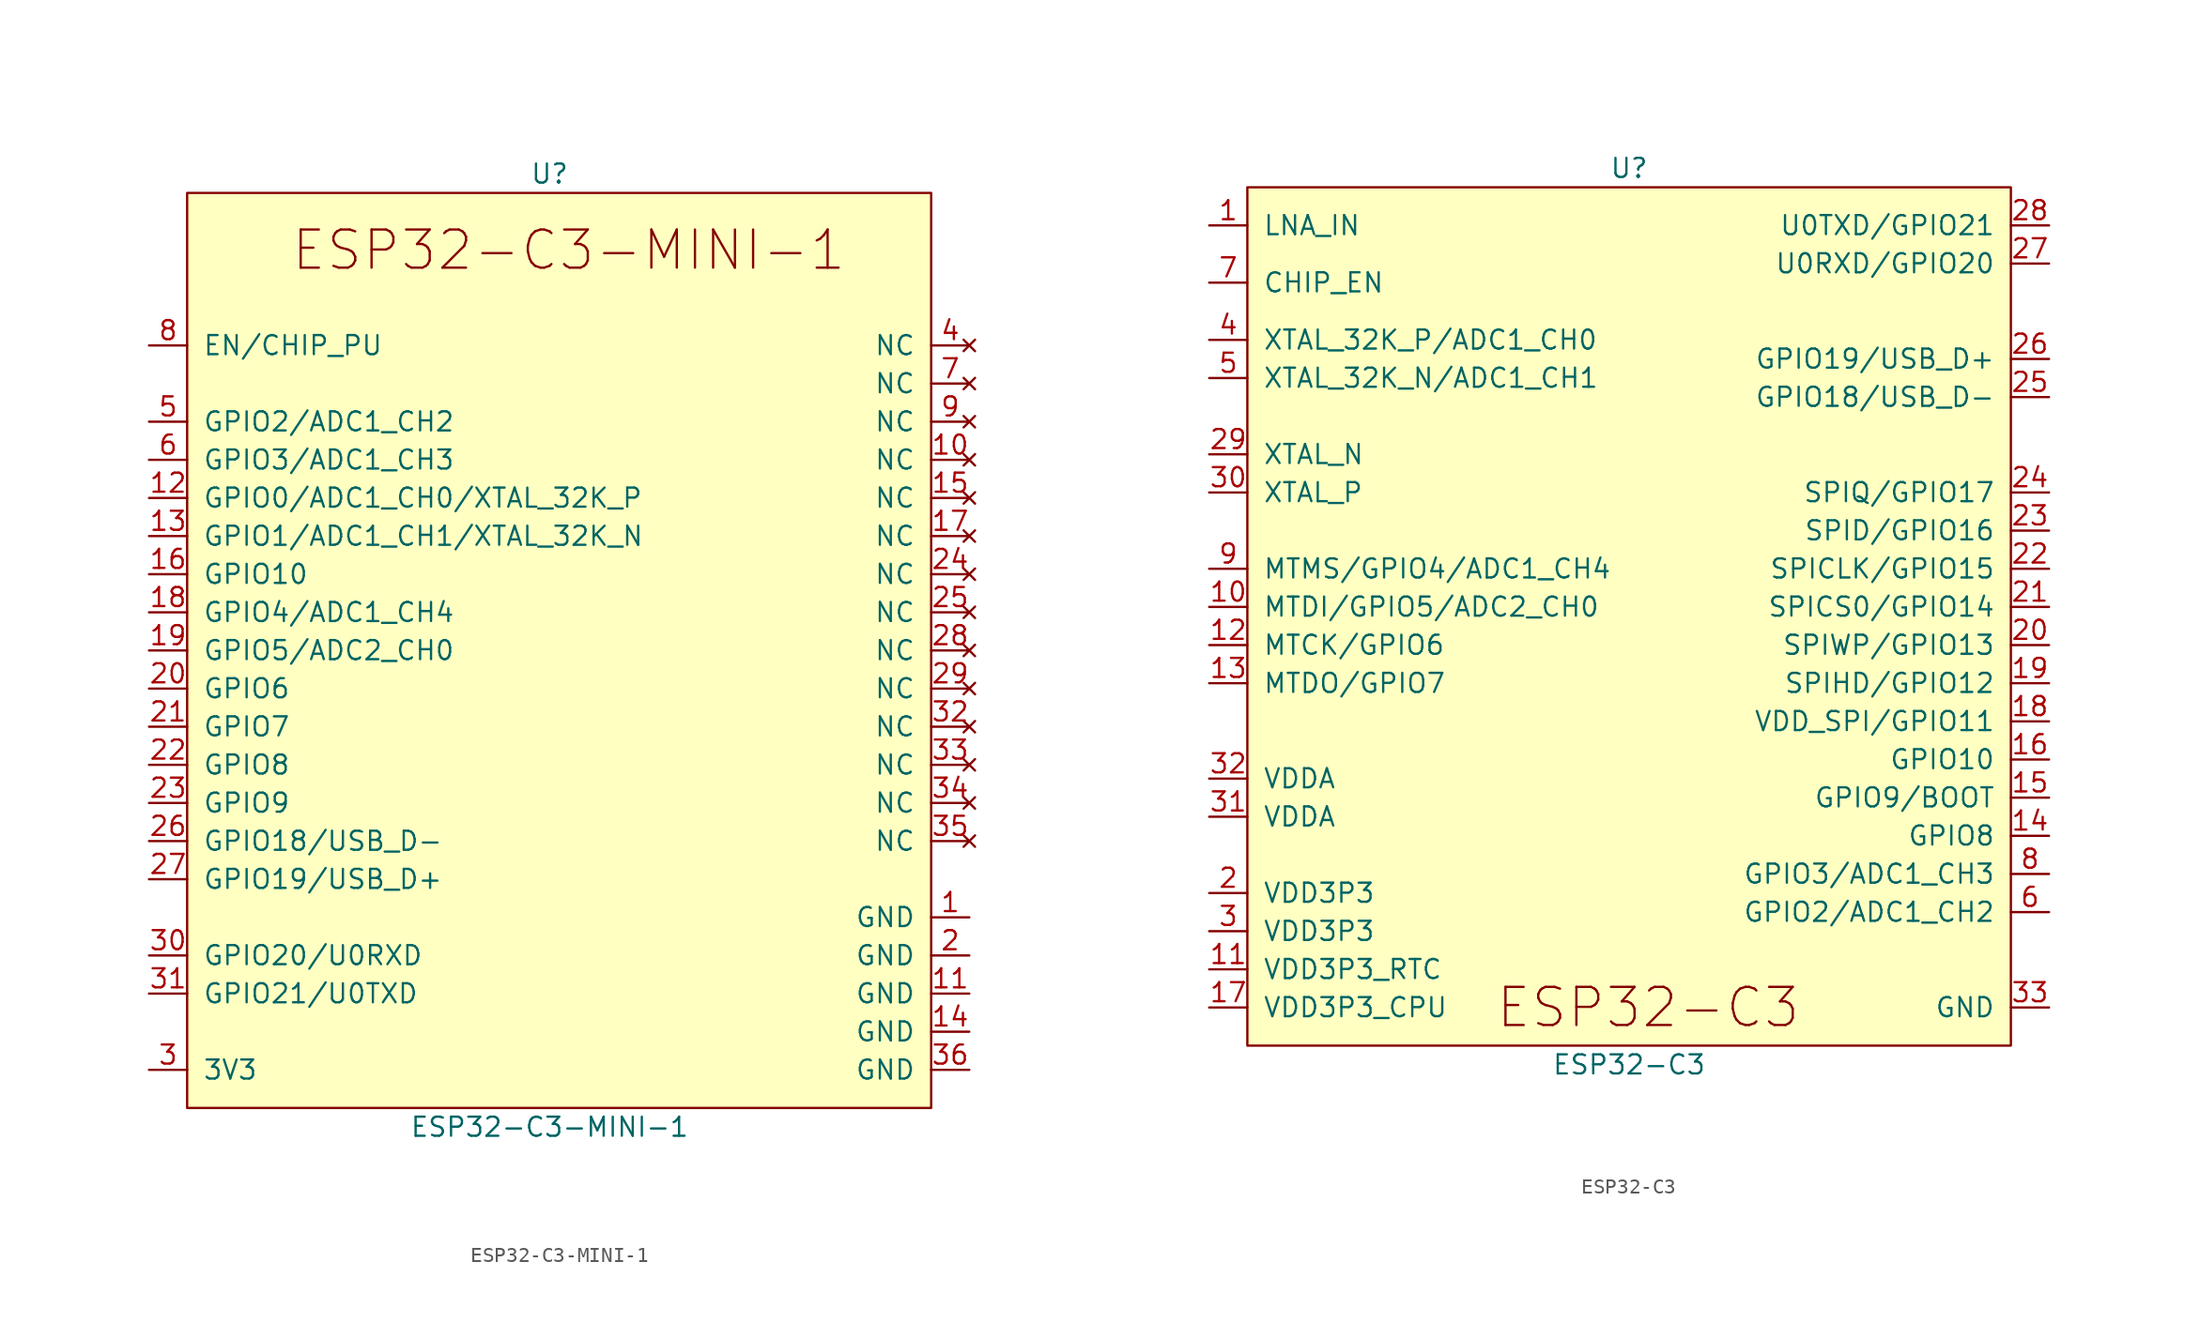
<source format=kicad_sym>
(kicad_symbol_lib
  (version 20211014)
  (generator kicad_symbol_editor)
  (symbol "ESP32-C3-MINI-1"
    (pin_names
      (offset 1.016))
    (property "Reference" "U"
      (at 0 33.02 0)
      (effects (font (size 1.27 1.27))))
    (property "Value" "ESP32-C3-MINI-1"
      (at 0 -30.48 0)
      (effects (font (size 1.27 1.27))))
    (symbol "ESP32-C3-MINI-1_0_0"
      (text "ESP32-C3-MINI-1" (at 1.27 27.94 0) (effects (font (size 2.54 2.54)))))
    (symbol "ESP32-C3-MINI-1_0_1"
      (rectangle (start -24.13 31.75) (end 25.4 -29.21) (stroke (width 0) (type default) (color 0 0 0 0)) (fill (type background))))
    (symbol "ESP32-C3-MINI-1_1_1"
      (pin power_in line (at 27.94 -16.51 180) (length 2.54) (name "GND" (effects (font (size 1.27 1.27)))) (number "1" (effects (font (size 1.27 1.27)))))
      (pin no_connect line (at 27.94 13.97 180) (length 2.54) (name "NC" (effects (font (size 1.27 1.27)))) (number "10" (effects (font (size 1.27 1.27)))))
      (pin power_in line (at 27.94 -21.59 180) (length 2.54) (name "GND" (effects (font (size 1.27 1.27)))) (number "11" (effects (font (size 1.27 1.27)))))
      (pin bidirectional line (at -26.67 11.43 0) (length 2.54) (name "GPIO0/ADC1_CH0/XTAL_32K_P" (effects (font (size 1.27 1.27)))) (number "12" (effects (font (size 1.27 1.27)))))
      (pin bidirectional line (at -26.67 8.89 0) (length 2.54) (name "GPIO1/ADC1_CH1/XTAL_32K_N" (effects (font (size 1.27 1.27)))) (number "13" (effects (font (size 1.27 1.27)))))
      (pin power_in line (at 27.94 -24.13 180) (length 2.54) (name "GND" (effects (font (size 1.27 1.27)))) (number "14" (effects (font (size 1.27 1.27)))))
      (pin no_connect line (at 27.94 11.43 180) (length 2.54) (name "NC" (effects (font (size 1.27 1.27)))) (number "15" (effects (font (size 1.27 1.27)))))
      (pin bidirectional line (at -26.67 6.35 0) (length 2.54) (name "GPIO10" (effects (font (size 1.27 1.27)))) (number "16" (effects (font (size 1.27 1.27)))))
      (pin no_connect line (at 27.94 8.89 180) (length 2.54) (name "NC" (effects (font (size 1.27 1.27)))) (number "17" (effects (font (size 1.27 1.27)))))
      (pin bidirectional line (at -26.67 3.81 0) (length 2.54) (name "GPIO4/ADC1_CH4" (effects (font (size 1.27 1.27)))) (number "18" (effects (font (size 1.27 1.27)))))
      (pin bidirectional line (at -26.67 1.27 0) (length 2.54) (name "GPIO5/ADC2_CH0" (effects (font (size 1.27 1.27)))) (number "19" (effects (font (size 1.27 1.27)))))
      (pin power_in line (at 27.94 -19.05 180) (length 2.54) (name "GND" (effects (font (size 1.27 1.27)))) (number "2" (effects (font (size 1.27 1.27)))))
      (pin bidirectional line (at -26.67 -1.27 0) (length 2.54) (name "GPIO6" (effects (font (size 1.27 1.27)))) (number "20" (effects (font (size 1.27 1.27)))))
      (pin bidirectional line (at -26.67 -3.81 0) (length 2.54) (name "GPIO7" (effects (font (size 1.27 1.27)))) (number "21" (effects (font (size 1.27 1.27)))))
      (pin bidirectional line (at -26.67 -6.35 0) (length 2.54) (name "GPIO8" (effects (font (size 1.27 1.27)))) (number "22" (effects (font (size 1.27 1.27)))))
      (pin bidirectional line (at -26.67 -8.89 0) (length 2.54) (name "GPIO9" (effects (font (size 1.27 1.27)))) (number "23" (effects (font (size 1.27 1.27)))))
      (pin no_connect line (at 27.94 6.35 180) (length 2.54) (name "NC" (effects (font (size 1.27 1.27)))) (number "24" (effects (font (size 1.27 1.27)))))
      (pin no_connect line (at 27.94 3.81 180) (length 2.54) (name "NC" (effects (font (size 1.27 1.27)))) (number "25" (effects (font (size 1.27 1.27)))))
      (pin bidirectional line (at -26.67 -11.43 0) (length 2.54) (name "GPIO18/USB_D-" (effects (font (size 1.27 1.27)))) (number "26" (effects (font (size 1.27 1.27)))))
      (pin bidirectional line (at -26.67 -13.97 0) (length 2.54) (name "GPIO19/USB_D+" (effects (font (size 1.27 1.27)))) (number "27" (effects (font (size 1.27 1.27)))))
      (pin no_connect line (at 27.94 1.27 180) (length 2.54) (name "NC" (effects (font (size 1.27 1.27)))) (number "28" (effects (font (size 1.27 1.27)))))
      (pin no_connect line (at 27.94 -1.27 180) (length 2.54) (name "NC" (effects (font (size 1.27 1.27)))) (number "29" (effects (font (size 1.27 1.27)))))
      (pin power_in line (at -26.67 -26.67 0) (length 2.54) (name "3V3" (effects (font (size 1.27 1.27)))) (number "3" (effects (font (size 1.27 1.27)))))
      (pin bidirectional line (at -26.67 -19.05 0) (length 2.54) (name "GPIO20/U0RXD" (effects (font (size 1.27 1.27)))) (number "30" (effects (font (size 1.27 1.27)))))
      (pin bidirectional line (at -26.67 -21.59 0) (length 2.54) (name "GPIO21/U0TXD" (effects (font (size 1.27 1.27)))) (number "31" (effects (font (size 1.27 1.27)))))
      (pin no_connect line (at 27.94 -3.81 180) (length 2.54) (name "NC" (effects (font (size 1.27 1.27)))) (number "32" (effects (font (size 1.27 1.27)))))
      (pin no_connect line (at 27.94 -6.35 180) (length 2.54) (name "NC" (effects (font (size 1.27 1.27)))) (number "33" (effects (font (size 1.27 1.27)))))
      (pin no_connect line (at 27.94 -8.89 180) (length 2.54) (name "NC" (effects (font (size 1.27 1.27)))) (number "34" (effects (font (size 1.27 1.27)))))
      (pin no_connect line (at 27.94 -11.43 180) (length 2.54) (name "NC" (effects (font (size 1.27 1.27)))) (number "35" (effects (font (size 1.27 1.27)))))
      (pin power_in line (at 27.94 -26.67 180) (length 2.54) (name "GND" (effects (font (size 1.27 1.27)))) (number "36" (effects (font (size 1.27 1.27)))))
      (pin no_connect line (at 27.94 21.59 180) (length 2.54) (name "NC" (effects (font (size 1.27 1.27)))) (number "4" (effects (font (size 1.27 1.27)))))
      (pin bidirectional line (at -26.67 16.51 0) (length 2.54) (name "GPIO2/ADC1_CH2" (effects (font (size 1.27 1.27)))) (number "5" (effects (font (size 1.27 1.27)))))
      (pin bidirectional line (at -26.67 13.97 0) (length 2.54) (name "GPIO3/ADC1_CH3" (effects (font (size 1.27 1.27)))) (number "6" (effects (font (size 1.27 1.27)))))
      (pin no_connect line (at 27.94 19.05 180) (length 2.54) (name "NC" (effects (font (size 1.27 1.27)))) (number "7" (effects (font (size 1.27 1.27)))))
      (pin input line (at -26.67 21.59 0) (length 2.54) (name "EN/CHIP_PU" (effects (font (size 1.27 1.27)))) (number "8" (effects (font (size 1.27 1.27)))))
      (pin no_connect line (at 27.94 16.51 180) (length 2.54) (name "NC" (effects (font (size 1.27 1.27)))) (number "9" (effects (font (size 1.27 1.27)))))))
  (symbol "ESP32-C3"
    (pin_names
      (offset 1.016))
    (property "Reference" "U"
      (at 0 31.75 0)
      (effects (font (size 1.27 1.27))))
    (property "Value" "ESP32-C3"
      (at 0 -27.94 0)
      (effects (font (size 1.27 1.27))))
    (symbol "ESP32-C3_0_0"
      (text "ESP32-C3" (at 1.27 -24.13 0) (effects (font (size 2.54 2.54))))
      (pin bidirectional line (at -27.94 27.94 0) (length 2.54) (name "LNA_IN" (effects (font (size 1.27 1.27)))) (number "1" (effects (font (size 1.27 1.27)))))
      (pin bidirectional line (at -27.94 2.54 0) (length 2.54) (name "MTDI/GPIO5/ADC2_CH0" (effects (font (size 1.27 1.27)))) (number "10" (effects (font (size 1.27 1.27)))))
      (pin power_in line (at -27.94 -21.59 0) (length 2.54) (name "VDD3P3_RTC" (effects (font (size 1.27 1.27)))) (number "11" (effects (font (size 1.27 1.27)))))
      (pin bidirectional line (at -27.94 0 0) (length 2.54) (name "MTCK/GPIO6" (effects (font (size 1.27 1.27)))) (number "12" (effects (font (size 1.27 1.27)))))
      (pin bidirectional line (at -27.94 -2.54 0) (length 2.54) (name "MTDO/GPIO7" (effects (font (size 1.27 1.27)))) (number "13" (effects (font (size 1.27 1.27)))))
      (pin bidirectional line (at 27.94 -12.7 180) (length 2.54) (name "GPIO8" (effects (font (size 1.27 1.27)))) (number "14" (effects (font (size 1.27 1.27)))))
      (pin bidirectional line (at 27.94 -10.16 180) (length 2.54) (name "GPIO9/BOOT" (effects (font (size 1.27 1.27)))) (number "15" (effects (font (size 1.27 1.27)))))
      (pin bidirectional line (at 27.94 -7.62 180) (length 2.54) (name "GPIO10" (effects (font (size 1.27 1.27)))) (number "16" (effects (font (size 1.27 1.27)))))
      (pin power_in line (at -27.94 -24.13 0) (length 2.54) (name "VDD3P3_CPU" (effects (font (size 1.27 1.27)))) (number "17" (effects (font (size 1.27 1.27)))))
      (pin bidirectional line (at 27.94 -5.08 180) (length 2.54) (name "VDD_SPI/GPIO11" (effects (font (size 1.27 1.27)))) (number "18" (effects (font (size 1.27 1.27)))))
      (pin bidirectional line (at 27.94 -2.54 180) (length 2.54) (name "SPIHD/GPIO12" (effects (font (size 1.27 1.27)))) (number "19" (effects (font (size 1.27 1.27)))))
      (pin power_in line (at -27.94 -16.51 0) (length 2.54) (name "VDD3P3" (effects (font (size 1.27 1.27)))) (number "2" (effects (font (size 1.27 1.27)))))
      (pin bidirectional line (at 27.94 0 180) (length 2.54) (name "SPIWP/GPIO13" (effects (font (size 1.27 1.27)))) (number "20" (effects (font (size 1.27 1.27)))))
      (pin bidirectional line (at 27.94 2.54 180) (length 2.54) (name "SPICS0/GPIO14" (effects (font (size 1.27 1.27)))) (number "21" (effects (font (size 1.27 1.27)))))
      (pin bidirectional line (at 27.94 5.08 180) (length 2.54) (name "SPICLK/GPIO15" (effects (font (size 1.27 1.27)))) (number "22" (effects (font (size 1.27 1.27)))))
      (pin bidirectional line (at 27.94 7.62 180) (length 2.54) (name "SPID/GPIO16" (effects (font (size 1.27 1.27)))) (number "23" (effects (font (size 1.27 1.27)))))
      (pin bidirectional line (at 27.94 10.16 180) (length 2.54) (name "SPIQ/GPIO17" (effects (font (size 1.27 1.27)))) (number "24" (effects (font (size 1.27 1.27)))))
      (pin bidirectional line (at 27.94 16.51 180) (length 2.54) (name "GPIO18/USB_D-" (effects (font (size 1.27 1.27)))) (number "25" (effects (font (size 1.27 1.27)))))
      (pin bidirectional line (at 27.94 19.05 180) (length 2.54) (name "GPIO19/USB_D+" (effects (font (size 1.27 1.27)))) (number "26" (effects (font (size 1.27 1.27)))))
      (pin bidirectional line (at 27.94 25.4 180) (length 2.54) (name "U0RXD/GPIO20" (effects (font (size 1.27 1.27)))) (number "27" (effects (font (size 1.27 1.27)))))
      (pin bidirectional line (at 27.94 27.94 180) (length 2.54) (name "U0TXD/GPIO21" (effects (font (size 1.27 1.27)))) (number "28" (effects (font (size 1.27 1.27)))))
      (pin output line (at -27.94 12.7 0) (length 2.54) (name "XTAL_N" (effects (font (size 1.27 1.27)))) (number "29" (effects (font (size 1.27 1.27)))))
      (pin power_in line (at -27.94 -19.05 0) (length 2.54) (name "VDD3P3" (effects (font (size 1.27 1.27)))) (number "3" (effects (font (size 1.27 1.27)))))
      (pin input line (at -27.94 10.16 0) (length 2.54) (name "XTAL_P" (effects (font (size 1.27 1.27)))) (number "30" (effects (font (size 1.27 1.27)))))
      (pin power_in line (at -27.94 -11.43 0) (length 2.54) (name "VDDA" (effects (font (size 1.27 1.27)))) (number "31" (effects (font (size 1.27 1.27)))))
      (pin power_in line (at -27.94 -8.89 0) (length 2.54) (name "VDDA" (effects (font (size 1.27 1.27)))) (number "32" (effects (font (size 1.27 1.27)))))
      (pin power_in line (at 27.94 -24.13 180) (length 2.54) (name "GND" (effects (font (size 1.27 1.27)))) (number "33" (effects (font (size 1.27 1.27)))))
      (pin output line (at -27.94 20.32 0) (length 2.54) (name "XTAL_32K_P/ADC1_CH0" (effects (font (size 1.27 1.27)))) (number "4" (effects (font (size 1.27 1.27)))))
      (pin input line (at -27.94 17.78 0) (length 2.54) (name "XTAL_32K_N/ADC1_CH1" (effects (font (size 1.27 1.27)))) (number "5" (effects (font (size 1.27 1.27)))))
      (pin bidirectional line (at 27.94 -17.78 180) (length 2.54) (name "GPIO2/ADC1_CH2" (effects (font (size 1.27 1.27)))) (number "6" (effects (font (size 1.27 1.27)))))
      (pin input line (at -27.94 24.13 0) (length 2.54) (name "CHIP_EN" (effects (font (size 1.27 1.27)))) (number "7" (effects (font (size 1.27 1.27)))))
      (pin bidirectional line (at 27.94 -15.24 180) (length 2.54) (name "GPIO3/ADC1_CH3" (effects (font (size 1.27 1.27)))) (number "8" (effects (font (size 1.27 1.27)))))
      (pin bidirectional line (at -27.94 5.08 0) (length 2.54) (name "MTMS/GPIO4/ADC1_CH4" (effects (font (size 1.27 1.27)))) (number "9" (effects (font (size 1.27 1.27))))))
    (symbol "ESP32-C3_0_1"
      (rectangle (start -25.4 30.48) (end 25.4 -26.67) (stroke (width 0) (type default) (color 0 0 0 0)) (fill (type background))))))
</source>
